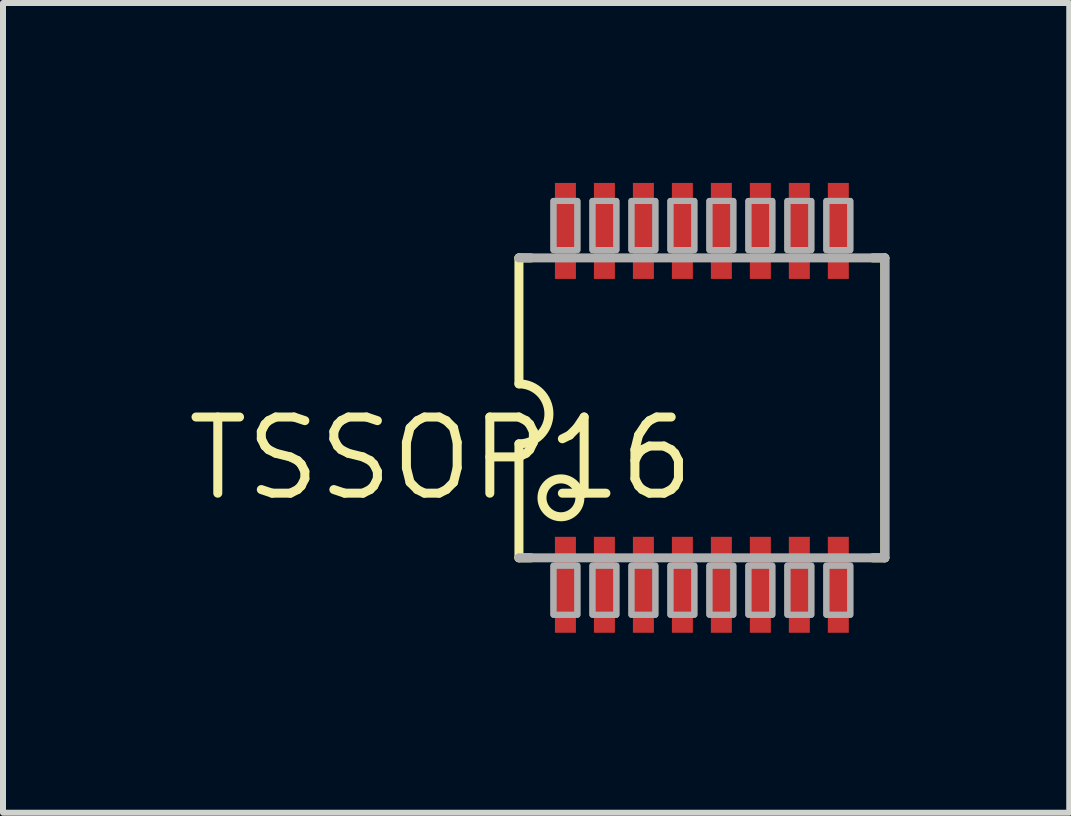
<source format=kicad_pcb>
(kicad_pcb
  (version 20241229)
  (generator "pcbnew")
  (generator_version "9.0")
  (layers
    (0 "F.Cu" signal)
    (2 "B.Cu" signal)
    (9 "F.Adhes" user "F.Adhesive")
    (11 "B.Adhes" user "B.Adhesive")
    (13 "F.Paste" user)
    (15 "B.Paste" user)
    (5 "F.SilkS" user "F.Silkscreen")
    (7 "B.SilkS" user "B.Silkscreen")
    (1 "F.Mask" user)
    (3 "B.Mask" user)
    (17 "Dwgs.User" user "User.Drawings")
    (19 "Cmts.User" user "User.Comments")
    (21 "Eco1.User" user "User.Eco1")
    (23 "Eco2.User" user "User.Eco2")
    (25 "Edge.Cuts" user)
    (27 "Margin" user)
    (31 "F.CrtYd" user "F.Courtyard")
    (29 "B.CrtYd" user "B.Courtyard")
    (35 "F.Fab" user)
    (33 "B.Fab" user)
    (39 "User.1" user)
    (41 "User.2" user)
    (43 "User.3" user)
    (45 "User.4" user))
  (footprint "TSSOP16"
    (layer "F.Cu")
    (at 8.602 3.85)
    (property "Reference" "TSSOP16" (at 0 0 0) (layer "F.SilkS") (effects (font (size 1.27 1.27) (thickness 0.15)) (justify right top)))
    (attr through_hole)
    (fp_line (start -3 -2.6) (end -3 -0.5) (stroke (width 0.15) (type solid)) (layer "F.SilkS"))
    (fp_line (start -3 -2.6) (end -2.8 -2.6) (stroke (width 0.15) (type solid)) (layer "F.SilkS"))
    (fp_line (start -3 0.5) (end -3 2.4) (stroke (width 0.15) (type solid)) (layer "F.SilkS"))
    (fp_line (start -3 2.4) (end -2.8 2.4) (stroke (width 0.15) (type solid)) (layer "F.SilkS"))
    (fp_line (start 2.9 2.4) (end 3.1 2.4) (stroke (width 0.15) (type solid)) (layer "F.SilkS"))
    (fp_line (start 3.1 -2.6) (end 2.9 -2.6) (stroke (width 0.15) (type solid)) (layer "F.SilkS"))
    (fp_line (start 3.1 2.4) (end 3.1 -2.6) (stroke (width 0.15) (type solid)) (layer "F.SilkS"))
    (fp_arc (start -3 -0.5) (mid -2.5 0) (end -3 0.5) (stroke (width 0.15) (type solid)) (layer "F.SilkS"))
    (fp_circle (center -2.3 1.4) (end -1.984 1.4) (stroke (width 0.15) (type solid)) (fill no) (layer "F.SilkS"))
    (fp_line (start -3 -2.6) (end 3.1 -2.6) (stroke (width 0.15) (type solid)) (layer "F.Fab"))
    (fp_line (start 3.1 2.4) (end -3 2.4) (stroke (width 0.15) (type solid)) (layer "F.Fab"))
    (fp_line (start 3.1 2.4) (end 3.1 -2.6) (stroke (width 0.15) (type solid)) (layer "F.Fab"))
    (fp_poly (pts (xy -2.425 -2.73) (xy -2.025 -2.73) (xy -2.025 -3.55) (xy -2.425 -3.55)) (stroke (width 0.1) (type solid)) (fill no) (layer "F.Fab"))
    (fp_poly (pts (xy -2.425 -2.73) (xy -2.025 -2.73) (xy -2.025 -3.55) (xy -2.425 -3.55)) (stroke (width 0.1) (type solid)) (fill no) (layer "F.Fab"))
    (fp_poly (pts (xy -2.425 3.35) (xy -2.025 3.35) (xy -2.025 2.53) (xy -2.425 2.53)) (stroke (width 0.1) (type solid)) (fill no) (layer "F.Fab"))
    (fp_poly (pts (xy -2.425 3.35) (xy -2.025 3.35) (xy -2.025 2.53) (xy -2.425 2.53)) (stroke (width 0.1) (type solid)) (fill no) (layer "F.Fab"))
    (fp_poly (pts (xy -1.775 -2.73) (xy -1.375 -2.73) (xy -1.375 -3.55) (xy -1.775 -3.55)) (stroke (width 0.1) (type solid)) (fill no) (layer "F.Fab"))
    (fp_poly (pts (xy -1.775 -2.73) (xy -1.375 -2.73) (xy -1.375 -3.55) (xy -1.775 -3.55)) (stroke (width 0.1) (type solid)) (fill no) (layer "F.Fab"))
    (fp_poly (pts (xy -1.775 3.35) (xy -1.375 3.35) (xy -1.375 2.53) (xy -1.775 2.53)) (stroke (width 0.1) (type solid)) (fill no) (layer "F.Fab"))
    (fp_poly (pts (xy -1.775 3.35) (xy -1.375 3.35) (xy -1.375 2.53) (xy -1.775 2.53)) (stroke (width 0.1) (type solid)) (fill no) (layer "F.Fab"))
    (fp_poly (pts (xy -1.125 -2.73) (xy -0.725 -2.73) (xy -0.725 -3.55) (xy -1.125 -3.55)) (stroke (width 0.1) (type solid)) (fill no) (layer "F.Fab"))
    (fp_poly (pts (xy -1.125 -2.73) (xy -0.725 -2.73) (xy -0.725 -3.55) (xy -1.125 -3.55)) (stroke (width 0.1) (type solid)) (fill no) (layer "F.Fab"))
    (fp_poly (pts (xy -1.125 3.35) (xy -0.725 3.35) (xy -0.725 2.53) (xy -1.125 2.53)) (stroke (width 0.1) (type solid)) (fill no) (layer "F.Fab"))
    (fp_poly (pts (xy -1.125 3.35) (xy -0.725 3.35) (xy -0.725 2.53) (xy -1.125 2.53)) (stroke (width 0.1) (type solid)) (fill no) (layer "F.Fab"))
    (fp_poly (pts (xy -0.475 -2.73) (xy -0.075 -2.73) (xy -0.075 -3.55) (xy -0.475 -3.55)) (stroke (width 0.1) (type solid)) (fill no) (layer "F.Fab"))
    (fp_poly (pts (xy -0.475 -2.73) (xy -0.075 -2.73) (xy -0.075 -3.55) (xy -0.475 -3.55)) (stroke (width 0.1) (type solid)) (fill no) (layer "F.Fab"))
    (fp_poly (pts (xy -0.475 3.35) (xy -0.075 3.35) (xy -0.075 2.53) (xy -0.475 2.53)) (stroke (width 0.1) (type solid)) (fill no) (layer "F.Fab"))
    (fp_poly (pts (xy -0.475 3.35) (xy -0.075 3.35) (xy -0.075 2.53) (xy -0.475 2.53)) (stroke (width 0.1) (type solid)) (fill no) (layer "F.Fab"))
    (fp_poly (pts (xy 0.175 -2.73) (xy 0.575 -2.73) (xy 0.575 -3.55) (xy 0.175 -3.55)) (stroke (width 0.1) (type solid)) (fill no) (layer "F.Fab"))
    (fp_poly (pts (xy 0.175 -2.73) (xy 0.575 -2.73) (xy 0.575 -3.55) (xy 0.175 -3.55)) (stroke (width 0.1) (type solid)) (fill no) (layer "F.Fab"))
    (fp_poly (pts (xy 0.175 3.35) (xy 0.575 3.35) (xy 0.575 2.53) (xy 0.175 2.53)) (stroke (width 0.1) (type solid)) (fill no) (layer "F.Fab"))
    (fp_poly (pts (xy 0.175 3.35) (xy 0.575 3.35) (xy 0.575 2.53) (xy 0.175 2.53)) (stroke (width 0.1) (type solid)) (fill no) (layer "F.Fab"))
    (fp_poly (pts (xy 0.825 -2.73) (xy 1.225 -2.73) (xy 1.225 -3.55) (xy 0.825 -3.55)) (stroke (width 0.1) (type solid)) (fill no) (layer "F.Fab"))
    (fp_poly (pts (xy 0.825 -2.73) (xy 1.225 -2.73) (xy 1.225 -3.55) (xy 0.825 -3.55)) (stroke (width 0.1) (type solid)) (fill no) (layer "F.Fab"))
    (fp_poly (pts (xy 0.825 3.35) (xy 1.225 3.35) (xy 1.225 2.53) (xy 0.825 2.53)) (stroke (width 0.1) (type solid)) (fill no) (layer "F.Fab"))
    (fp_poly (pts (xy 0.825 3.35) (xy 1.225 3.35) (xy 1.225 2.53) (xy 0.825 2.53)) (stroke (width 0.1) (type solid)) (fill no) (layer "F.Fab"))
    (fp_poly (pts (xy 1.475 -2.73) (xy 1.875 -2.73) (xy 1.875 -3.55) (xy 1.475 -3.55)) (stroke (width 0.1) (type solid)) (fill no) (layer "F.Fab"))
    (fp_poly (pts (xy 1.475 -2.73) (xy 1.875 -2.73) (xy 1.875 -3.55) (xy 1.475 -3.55)) (stroke (width 0.1) (type solid)) (fill no) (layer "F.Fab"))
    (fp_poly (pts (xy 1.475 3.35) (xy 1.875 3.35) (xy 1.875 2.53) (xy 1.475 2.53)) (stroke (width 0.1) (type solid)) (fill no) (layer "F.Fab"))
    (fp_poly (pts (xy 1.475 3.35) (xy 1.875 3.35) (xy 1.875 2.53) (xy 1.475 2.53)) (stroke (width 0.1) (type solid)) (fill no) (layer "F.Fab"))
    (fp_poly (pts (xy 2.125 -2.73) (xy 2.525 -2.73) (xy 2.525 -3.55) (xy 2.125 -3.55)) (stroke (width 0.1) (type solid)) (fill no) (layer "F.Fab"))
    (fp_poly (pts (xy 2.125 -2.73) (xy 2.525 -2.73) (xy 2.525 -3.55) (xy 2.125 -3.55)) (stroke (width 0.1) (type solid)) (fill no) (layer "F.Fab"))
    (fp_poly (pts (xy 2.125 3.35) (xy 2.525 3.35) (xy 2.525 2.53) (xy 2.125 2.53)) (stroke (width 0.1) (type solid)) (fill no) (layer "F.Fab"))
    (fp_poly (pts (xy 2.125 3.35) (xy 2.525 3.35) (xy 2.525 2.53) (xy 2.125 2.53)) (stroke (width 0.1) (type solid)) (fill no) (layer "F.Fab"))
    (pad "1" smd rect (at -2.225 2.85) (size 0.35 1.6) (layers "F.Cu" "F.Mask" "F.Paste"))
    (pad "2" smd rect (at -1.575 2.85) (size 0.35 1.6) (layers "F.Cu" "F.Mask" "F.Paste"))
    (pad "3" smd rect (at -0.925 2.85) (size 0.35 1.6) (layers "F.Cu" "F.Mask" "F.Paste"))
    (pad "4" smd rect (at -0.275 2.85) (size 0.35 1.6) (layers "F.Cu" "F.Mask" "F.Paste"))
    (pad "5" smd rect (at 0.375 2.85) (size 0.35 1.6) (layers "F.Cu" "F.Mask" "F.Paste"))
    (pad "6" smd rect (at 1.025 2.85) (size 0.35 1.6) (layers "F.Cu" "F.Mask" "F.Paste"))
    (pad "7" smd rect (at 1.675 2.85) (size 0.35 1.6) (layers "F.Cu" "F.Mask" "F.Paste"))
    (pad "8" smd rect (at 2.325 2.85) (size 0.35 1.6) (layers "F.Cu" "F.Mask" "F.Paste"))
    (pad "9" smd rect (at 2.325 -3.05) (size 0.35 1.6) (layers "F.Cu" "F.Mask" "F.Paste"))
    (pad "10" smd rect (at 1.675 -3.05) (size 0.35 1.6) (layers "F.Cu" "F.Mask" "F.Paste"))
    (pad "11" smd rect (at 1.025 -3.05) (size 0.35 1.6) (layers "F.Cu" "F.Mask" "F.Paste"))
    (pad "12" smd rect (at 0.375 -3.05) (size 0.35 1.6) (layers "F.Cu" "F.Mask" "F.Paste"))
    (pad "13" smd rect (at -0.275 -3.05) (size 0.35 1.6) (layers "F.Cu" "F.Mask" "F.Paste"))
    (pad "14" smd rect (at -0.925 -3.05) (size 0.35 1.6) (layers "F.Cu" "F.Mask" "F.Paste"))
    (pad "15" smd rect (at -1.575 -3.05) (size 0.35 1.6) (layers "F.Cu" "F.Mask" "F.Paste"))
    (pad "16" smd rect (at -2.225 -3.05) (size 0.35 1.6) (layers "F.Cu" "F.Mask" "F.Paste")))
  (gr_rect
    (start -3 -3)
    (end 14.777 10.5)
    (stroke (width 0.1) (type default))
    (fill no)
    (layer "Edge.Cuts")))
</source>
